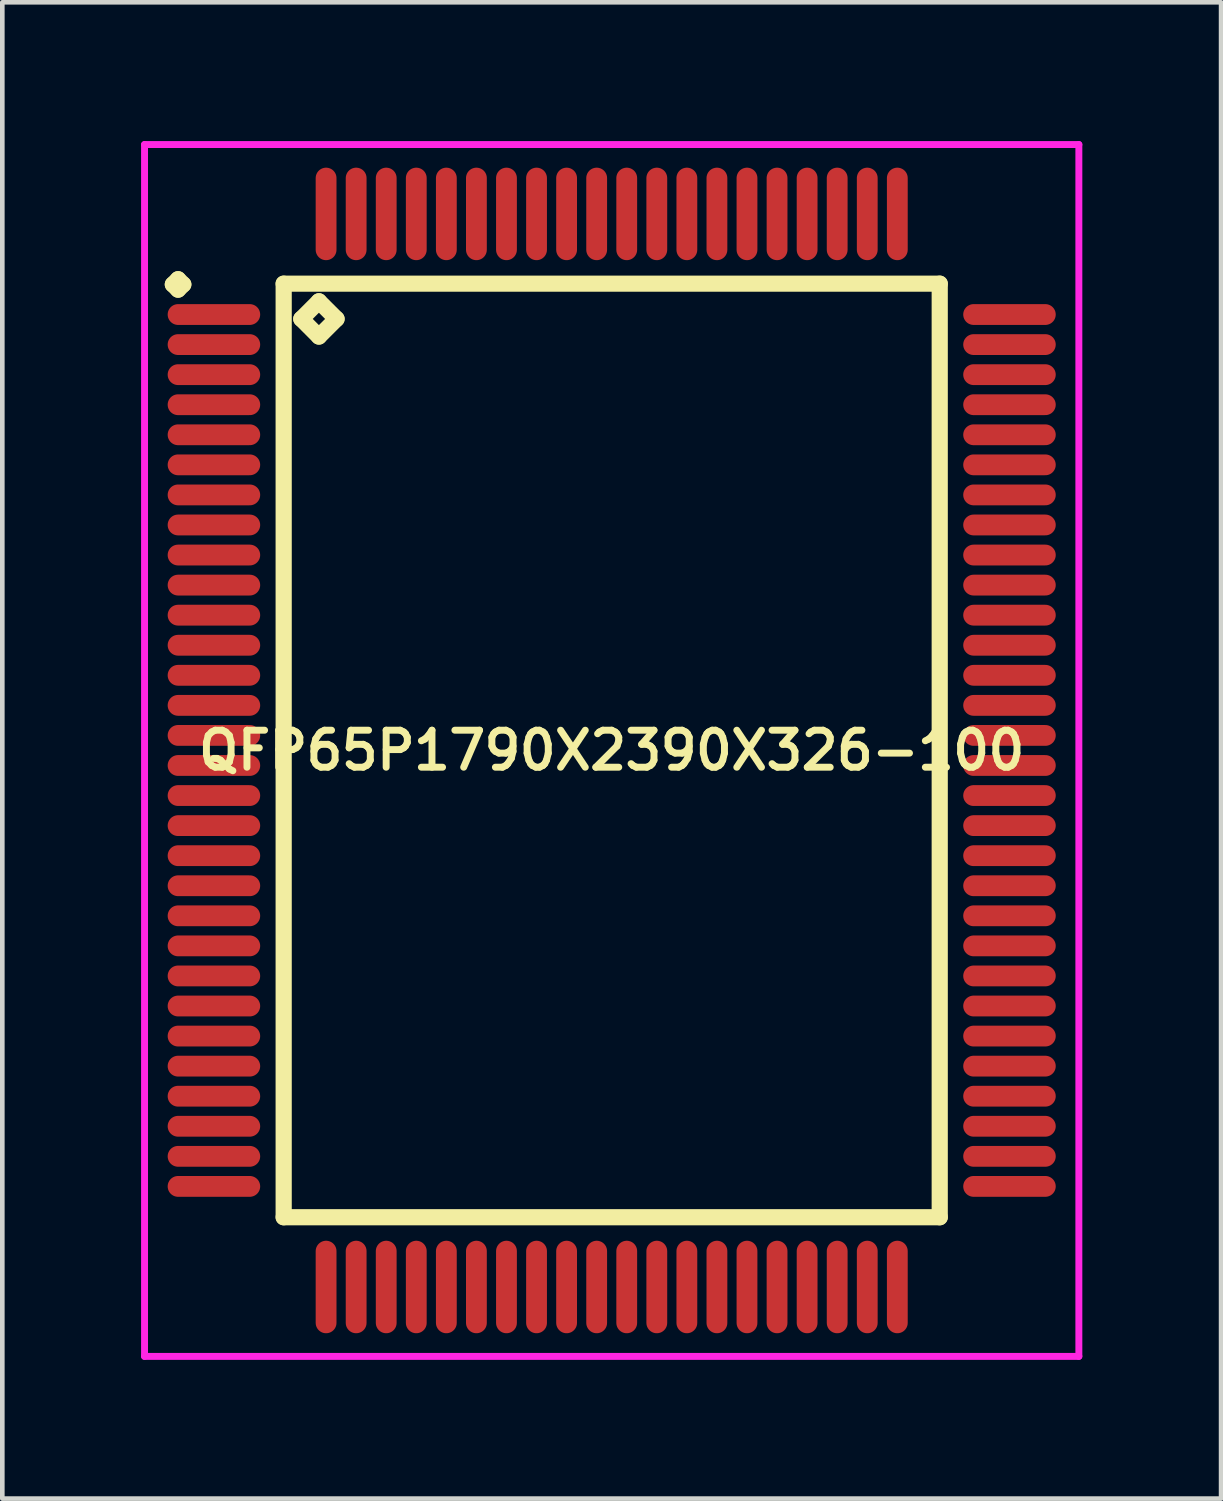
<source format=kicad_pcb>
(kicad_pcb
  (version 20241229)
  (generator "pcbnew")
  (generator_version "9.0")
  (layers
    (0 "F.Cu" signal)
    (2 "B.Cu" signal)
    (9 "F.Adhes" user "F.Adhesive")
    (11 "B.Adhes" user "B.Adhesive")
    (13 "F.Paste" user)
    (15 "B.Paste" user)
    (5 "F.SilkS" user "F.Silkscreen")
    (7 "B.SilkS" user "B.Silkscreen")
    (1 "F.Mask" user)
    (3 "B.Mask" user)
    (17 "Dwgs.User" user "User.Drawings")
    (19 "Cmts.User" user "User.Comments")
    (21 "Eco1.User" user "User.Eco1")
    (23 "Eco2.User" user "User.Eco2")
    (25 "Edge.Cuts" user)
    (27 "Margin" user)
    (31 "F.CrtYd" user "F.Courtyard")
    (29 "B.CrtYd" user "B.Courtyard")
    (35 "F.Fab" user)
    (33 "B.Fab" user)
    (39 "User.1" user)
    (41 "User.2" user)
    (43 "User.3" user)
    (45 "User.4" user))
  (footprint "QFP65P1790X2390X326-100"
    (layer "F.Cu")
    (at 10.175 13.175)
    (property "Reference" "QFP65P1790X2390X326-100" (at 0 0 0) (layer "F.SilkS") (effects (font (size 0.8 0.8) (thickness 0.15))))
    (attr smd)
    (fp_line (start -9.488 -10.075) (end -9.375 -10.188) (stroke (width 0.35) (type solid)) (layer "F.SilkS"))
    (fp_line (start -9.375 -10.188) (end -9.262 -10.075) (stroke (width 0.35) (type solid)) (layer "F.SilkS"))
    (fp_line (start -9.375 -9.963) (end -9.488 -10.075) (stroke (width 0.35) (type solid)) (layer "F.SilkS"))
    (fp_line (start -9.262 -10.075) (end -9.375 -9.963) (stroke (width 0.35) (type solid)) (layer "F.SilkS"))
    (fp_line (start -7.092 -10.092) (end -7.092 10.092) (stroke (width 0.35) (type solid)) (layer "F.SilkS"))
    (fp_line (start -7.092 10.092) (end 7.092 10.092) (stroke (width 0.35) (type solid)) (layer "F.SilkS"))
    (fp_line (start -6.711 -9.33) (end -6.33 -9.711) (stroke (width 0.35) (type solid)) (layer "F.SilkS"))
    (fp_line (start -6.33 -9.711) (end -5.949 -9.33) (stroke (width 0.35) (type solid)) (layer "F.SilkS"))
    (fp_line (start -6.33 -8.949) (end -6.711 -9.33) (stroke (width 0.35) (type solid)) (layer "F.SilkS"))
    (fp_line (start -5.949 -9.33) (end -6.33 -8.949) (stroke (width 0.35) (type solid)) (layer "F.SilkS"))
    (fp_line (start 7.092 -10.092) (end -7.092 -10.092) (stroke (width 0.35) (type solid)) (layer "F.SilkS"))
    (fp_line (start 7.092 10.092) (end 7.092 -10.092) (stroke (width 0.35) (type solid)) (layer "F.SilkS"))
    (fp_line (start -10.1 -13.1) (end 10.1 -13.1) (stroke (width 0.15) (type solid)) (layer "F.CrtYd"))
    (fp_line (start -10.1 13.1) (end -10.1 -13.1) (stroke (width 0.15) (type solid)) (layer "F.CrtYd"))
    (fp_line (start 10.1 -13.1) (end 10.1 13.1) (stroke (width 0.15) (type solid)) (layer "F.CrtYd"))
    (fp_line (start 10.1 13.1) (end -10.1 13.1) (stroke (width 0.15) (type solid)) (layer "F.CrtYd"))
    (pad "1" smd oval (at -8.6 -9.425) (size 2 0.45) (layers "F.Cu" "F.Mask" "F.Paste"))
    (pad "2" smd oval (at -8.6 -8.775) (size 2 0.45) (layers "F.Cu" "F.Mask" "F.Paste"))
    (pad "3" smd oval (at -8.6 -8.125) (size 2 0.45) (layers "F.Cu" "F.Mask" "F.Paste"))
    (pad "4" smd oval (at -8.6 -7.475) (size 2 0.45) (layers "F.Cu" "F.Mask" "F.Paste"))
    (pad "5" smd oval (at -8.6 -6.825) (size 2 0.45) (layers "F.Cu" "F.Mask" "F.Paste"))
    (pad "6" smd oval (at -8.6 -6.175) (size 2 0.45) (layers "F.Cu" "F.Mask" "F.Paste"))
    (pad "7" smd oval (at -8.6 -5.525) (size 2 0.45) (layers "F.Cu" "F.Mask" "F.Paste"))
    (pad "8" smd oval (at -8.6 -4.875) (size 2 0.45) (layers "F.Cu" "F.Mask" "F.Paste"))
    (pad "9" smd oval (at -8.6 -4.225) (size 2 0.45) (layers "F.Cu" "F.Mask" "F.Paste"))
    (pad "10" smd oval (at -8.6 -3.575) (size 2 0.45) (layers "F.Cu" "F.Mask" "F.Paste"))
    (pad "11" smd oval (at -8.6 -2.925) (size 2 0.45) (layers "F.Cu" "F.Mask" "F.Paste"))
    (pad "12" smd oval (at -8.6 -2.275) (size 2 0.45) (layers "F.Cu" "F.Mask" "F.Paste"))
    (pad "13" smd oval (at -8.6 -1.625) (size 2 0.45) (layers "F.Cu" "F.Mask" "F.Paste"))
    (pad "14" smd oval (at -8.6 -0.975) (size 2 0.45) (layers "F.Cu" "F.Mask" "F.Paste"))
    (pad "15" smd oval (at -8.6 -0.325) (size 2 0.45) (layers "F.Cu" "F.Mask" "F.Paste"))
    (pad "16" smd oval (at -8.6 0.325) (size 2 0.45) (layers "F.Cu" "F.Mask" "F.Paste"))
    (pad "17" smd oval (at -8.6 0.975) (size 2 0.45) (layers "F.Cu" "F.Mask" "F.Paste"))
    (pad "18" smd oval (at -8.6 1.625) (size 2 0.45) (layers "F.Cu" "F.Mask" "F.Paste"))
    (pad "19" smd oval (at -8.6 2.275) (size 2 0.45) (layers "F.Cu" "F.Mask" "F.Paste"))
    (pad "20" smd oval (at -8.6 2.925) (size 2 0.45) (layers "F.Cu" "F.Mask" "F.Paste"))
    (pad "21" smd oval (at -8.6 3.575) (size 2 0.45) (layers "F.Cu" "F.Mask" "F.Paste"))
    (pad "22" smd oval (at -8.6 4.225) (size 2 0.45) (layers "F.Cu" "F.Mask" "F.Paste"))
    (pad "23" smd oval (at -8.6 4.875) (size 2 0.45) (layers "F.Cu" "F.Mask" "F.Paste"))
    (pad "24" smd oval (at -8.6 5.525) (size 2 0.45) (layers "F.Cu" "F.Mask" "F.Paste"))
    (pad "25" smd oval (at -8.6 6.175) (size 2 0.45) (layers "F.Cu" "F.Mask" "F.Paste"))
    (pad "26" smd oval (at -8.6 6.825) (size 2 0.45) (layers "F.Cu" "F.Mask" "F.Paste"))
    (pad "27" smd oval (at -8.6 7.475) (size 2 0.45) (layers "F.Cu" "F.Mask" "F.Paste"))
    (pad "28" smd oval (at -8.6 8.125) (size 2 0.45) (layers "F.Cu" "F.Mask" "F.Paste"))
    (pad "29" smd oval (at -8.6 8.775) (size 2 0.45) (layers "F.Cu" "F.Mask" "F.Paste"))
    (pad "30" smd oval (at -8.6 9.425) (size 2 0.45) (layers "F.Cu" "F.Mask" "F.Paste"))
    (pad "31" smd oval (at -6.175 11.6) (size 0.45 2) (layers "F.Cu" "F.Mask" "F.Paste"))
    (pad "32" smd oval (at -5.525 11.6) (size 0.45 2) (layers "F.Cu" "F.Mask" "F.Paste"))
    (pad "33" smd oval (at -4.875 11.6) (size 0.45 2) (layers "F.Cu" "F.Mask" "F.Paste"))
    (pad "34" smd oval (at -4.225 11.6) (size 0.45 2) (layers "F.Cu" "F.Mask" "F.Paste"))
    (pad "35" smd oval (at -3.575 11.6) (size 0.45 2) (layers "F.Cu" "F.Mask" "F.Paste"))
    (pad "36" smd oval (at -2.925 11.6) (size 0.45 2) (layers "F.Cu" "F.Mask" "F.Paste"))
    (pad "37" smd oval (at -2.275 11.6) (size 0.45 2) (layers "F.Cu" "F.Mask" "F.Paste"))
    (pad "38" smd oval (at -1.625 11.6) (size 0.45 2) (layers "F.Cu" "F.Mask" "F.Paste"))
    (pad "39" smd oval (at -0.975 11.6) (size 0.45 2) (layers "F.Cu" "F.Mask" "F.Paste"))
    (pad "40" smd oval (at -0.325 11.6) (size 0.45 2) (layers "F.Cu" "F.Mask" "F.Paste"))
    (pad "41" smd oval (at 0.325 11.6) (size 0.45 2) (layers "F.Cu" "F.Mask" "F.Paste"))
    (pad "42" smd oval (at 0.975 11.6) (size 0.45 2) (layers "F.Cu" "F.Mask" "F.Paste"))
    (pad "43" smd oval (at 1.625 11.6) (size 0.45 2) (layers "F.Cu" "F.Mask" "F.Paste"))
    (pad "44" smd oval (at 2.275 11.6) (size 0.45 2) (layers "F.Cu" "F.Mask" "F.Paste"))
    (pad "45" smd oval (at 2.925 11.6) (size 0.45 2) (layers "F.Cu" "F.Mask" "F.Paste"))
    (pad "46" smd oval (at 3.575 11.6) (size 0.45 2) (layers "F.Cu" "F.Mask" "F.Paste"))
    (pad "47" smd oval (at 4.225 11.6) (size 0.45 2) (layers "F.Cu" "F.Mask" "F.Paste"))
    (pad "48" smd oval (at 4.875 11.6) (size 0.45 2) (layers "F.Cu" "F.Mask" "F.Paste"))
    (pad "49" smd oval (at 5.525 11.6) (size 0.45 2) (layers "F.Cu" "F.Mask" "F.Paste"))
    (pad "50" smd oval (at 6.175 11.6) (size 0.45 2) (layers "F.Cu" "F.Mask" "F.Paste"))
    (pad "51" smd oval (at 8.6 9.425) (size 2 0.45) (layers "F.Cu" "F.Mask" "F.Paste"))
    (pad "52" smd oval (at 8.6 8.775) (size 2 0.45) (layers "F.Cu" "F.Mask" "F.Paste"))
    (pad "53" smd oval (at 8.6 8.125) (size 2 0.45) (layers "F.Cu" "F.Mask" "F.Paste"))
    (pad "54" smd oval (at 8.6 7.475) (size 2 0.45) (layers "F.Cu" "F.Mask" "F.Paste"))
    (pad "55" smd oval (at 8.6 6.825) (size 2 0.45) (layers "F.Cu" "F.Mask" "F.Paste"))
    (pad "56" smd oval (at 8.6 6.175) (size 2 0.45) (layers "F.Cu" "F.Mask" "F.Paste"))
    (pad "57" smd oval (at 8.6 5.525) (size 2 0.45) (layers "F.Cu" "F.Mask" "F.Paste"))
    (pad "58" smd oval (at 8.6 4.875) (size 2 0.45) (layers "F.Cu" "F.Mask" "F.Paste"))
    (pad "59" smd oval (at 8.6 4.225) (size 2 0.45) (layers "F.Cu" "F.Mask" "F.Paste"))
    (pad "60" smd oval (at 8.6 3.575) (size 2 0.45) (layers "F.Cu" "F.Mask" "F.Paste"))
    (pad "61" smd oval (at 8.6 2.925) (size 2 0.45) (layers "F.Cu" "F.Mask" "F.Paste"))
    (pad "62" smd oval (at 8.6 2.275) (size 2 0.45) (layers "F.Cu" "F.Mask" "F.Paste"))
    (pad "63" smd oval (at 8.6 1.625) (size 2 0.45) (layers "F.Cu" "F.Mask" "F.Paste"))
    (pad "64" smd oval (at 8.6 0.975) (size 2 0.45) (layers "F.Cu" "F.Mask" "F.Paste"))
    (pad "65" smd oval (at 8.6 0.325) (size 2 0.45) (layers "F.Cu" "F.Mask" "F.Paste"))
    (pad "66" smd oval (at 8.6 -0.325) (size 2 0.45) (layers "F.Cu" "F.Mask" "F.Paste"))
    (pad "67" smd oval (at 8.6 -0.975) (size 2 0.45) (layers "F.Cu" "F.Mask" "F.Paste"))
    (pad "68" smd oval (at 8.6 -1.625) (size 2 0.45) (layers "F.Cu" "F.Mask" "F.Paste"))
    (pad "69" smd oval (at 8.6 -2.275) (size 2 0.45) (layers "F.Cu" "F.Mask" "F.Paste"))
    (pad "70" smd oval (at 8.6 -2.925) (size 2 0.45) (layers "F.Cu" "F.Mask" "F.Paste"))
    (pad "71" smd oval (at 8.6 -3.575) (size 2 0.45) (layers "F.Cu" "F.Mask" "F.Paste"))
    (pad "72" smd oval (at 8.6 -4.225) (size 2 0.45) (layers "F.Cu" "F.Mask" "F.Paste"))
    (pad "73" smd oval (at 8.6 -4.875) (size 2 0.45) (layers "F.Cu" "F.Mask" "F.Paste"))
    (pad "74" smd oval (at 8.6 -5.525) (size 2 0.45) (layers "F.Cu" "F.Mask" "F.Paste"))
    (pad "75" smd oval (at 8.6 -6.175) (size 2 0.45) (layers "F.Cu" "F.Mask" "F.Paste"))
    (pad "76" smd oval (at 8.6 -6.825) (size 2 0.45) (layers "F.Cu" "F.Mask" "F.Paste"))
    (pad "77" smd oval (at 8.6 -7.475) (size 2 0.45) (layers "F.Cu" "F.Mask" "F.Paste"))
    (pad "78" smd oval (at 8.6 -8.125) (size 2 0.45) (layers "F.Cu" "F.Mask" "F.Paste"))
    (pad "79" smd oval (at 8.6 -8.775) (size 2 0.45) (layers "F.Cu" "F.Mask" "F.Paste"))
    (pad "80" smd oval (at 8.6 -9.425) (size 2 0.45) (layers "F.Cu" "F.Mask" "F.Paste"))
    (pad "81" smd oval (at 6.175 -11.6) (size 0.45 2) (layers "F.Cu" "F.Mask" "F.Paste"))
    (pad "82" smd oval (at 5.525 -11.6) (size 0.45 2) (layers "F.Cu" "F.Mask" "F.Paste"))
    (pad "83" smd oval (at 4.875 -11.6) (size 0.45 2) (layers "F.Cu" "F.Mask" "F.Paste"))
    (pad "84" smd oval (at 4.225 -11.6) (size 0.45 2) (layers "F.Cu" "F.Mask" "F.Paste"))
    (pad "85" smd oval (at 3.575 -11.6) (size 0.45 2) (layers "F.Cu" "F.Mask" "F.Paste"))
    (pad "86" smd oval (at 2.925 -11.6) (size 0.45 2) (layers "F.Cu" "F.Mask" "F.Paste"))
    (pad "87" smd oval (at 2.275 -11.6) (size 0.45 2) (layers "F.Cu" "F.Mask" "F.Paste"))
    (pad "88" smd oval (at 1.625 -11.6) (size 0.45 2) (layers "F.Cu" "F.Mask" "F.Paste"))
    (pad "89" smd oval (at 0.975 -11.6) (size 0.45 2) (layers "F.Cu" "F.Mask" "F.Paste"))
    (pad "90" smd oval (at 0.325 -11.6) (size 0.45 2) (layers "F.Cu" "F.Mask" "F.Paste"))
    (pad "91" smd oval (at -0.325 -11.6) (size 0.45 2) (layers "F.Cu" "F.Mask" "F.Paste"))
    (pad "92" smd oval (at -0.975 -11.6) (size 0.45 2) (layers "F.Cu" "F.Mask" "F.Paste"))
    (pad "93" smd oval (at -1.625 -11.6) (size 0.45 2) (layers "F.Cu" "F.Mask" "F.Paste"))
    (pad "94" smd oval (at -2.275 -11.6) (size 0.45 2) (layers "F.Cu" "F.Mask" "F.Paste"))
    (pad "95" smd oval (at -2.925 -11.6) (size 0.45 2) (layers "F.Cu" "F.Mask" "F.Paste"))
    (pad "96" smd oval (at -3.575 -11.6) (size 0.45 2) (layers "F.Cu" "F.Mask" "F.Paste"))
    (pad "97" smd oval (at -4.225 -11.6) (size 0.45 2) (layers "F.Cu" "F.Mask" "F.Paste"))
    (pad "98" smd oval (at -4.875 -11.6) (size 0.45 2) (layers "F.Cu" "F.Mask" "F.Paste"))
    (pad "99" smd oval (at -5.525 -11.6) (size 0.45 2) (layers "F.Cu" "F.Mask" "F.Paste"))
    (pad "100" smd oval (at -6.175 -11.6) (size 0.45 2) (layers "F.Cu" "F.Mask" "F.Paste")))
  (gr_rect
    (start -3 -3)
    (end 23.35 29.35)
    (stroke (width 0.1) (type default))
    (fill no)
    (layer "Edge.Cuts")))
</source>
